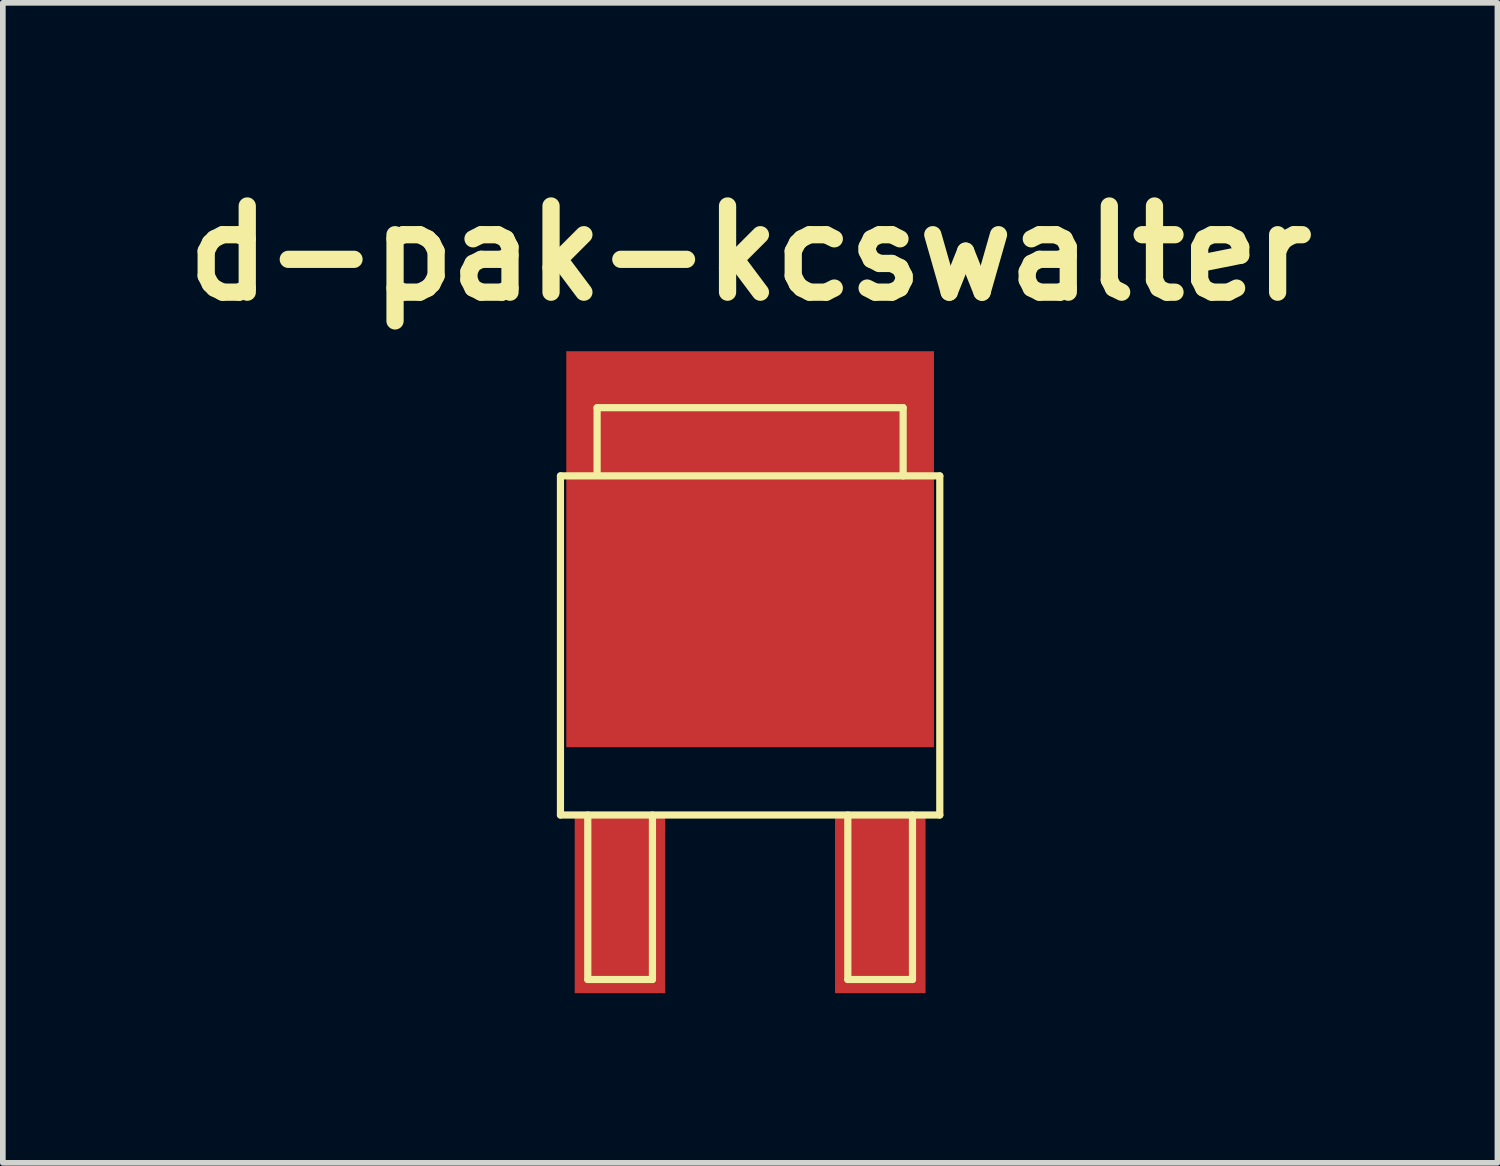
<source format=kicad_pcb>
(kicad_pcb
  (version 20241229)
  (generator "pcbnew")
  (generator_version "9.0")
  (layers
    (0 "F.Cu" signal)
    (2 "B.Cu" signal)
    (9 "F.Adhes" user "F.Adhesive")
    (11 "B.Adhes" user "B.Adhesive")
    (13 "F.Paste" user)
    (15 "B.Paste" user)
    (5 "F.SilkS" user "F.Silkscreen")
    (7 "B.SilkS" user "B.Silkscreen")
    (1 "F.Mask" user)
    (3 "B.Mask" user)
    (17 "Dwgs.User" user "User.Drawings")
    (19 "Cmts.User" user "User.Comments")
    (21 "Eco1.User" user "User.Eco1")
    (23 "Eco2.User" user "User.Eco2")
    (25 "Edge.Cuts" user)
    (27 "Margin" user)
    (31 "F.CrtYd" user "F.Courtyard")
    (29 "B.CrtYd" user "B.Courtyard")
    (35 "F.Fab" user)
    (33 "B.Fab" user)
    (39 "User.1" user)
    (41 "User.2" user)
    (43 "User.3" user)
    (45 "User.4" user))
  (footprint "d-pak-kcswalter"
    (layer "F.Cu")
    (at 10.211 9.783)
    (property "Reference" "d-pak-kcswalter" (at 0 -8.357 0) (layer "F.SilkS") (effects (font (size 1.524 1.524) (thickness 0.305))))
    (attr through_hole)
    (fp_line (start -3.353 -4.42) (end -3.353 1.575) (stroke (width 0.127) (type solid)) (layer "F.SilkS"))
    (fp_line (start -2.87 1.575) (end -2.87 4.483) (stroke (width 0.127) (type solid)) (layer "F.SilkS"))
    (fp_line (start -2.87 4.483) (end -1.727 4.483) (stroke (width 0.127) (type solid)) (layer "F.SilkS"))
    (fp_line (start -2.705 -5.626) (end 2.705 -5.626) (stroke (width 0.127) (type solid)) (layer "F.SilkS"))
    (fp_line (start -2.705 -4.432) (end -2.705 -5.626) (stroke (width 0.127) (type solid)) (layer "F.SilkS"))
    (fp_line (start -1.727 4.483) (end -1.727 1.575) (stroke (width 0.127) (type solid)) (layer "F.SilkS"))
    (fp_line (start 1.727 1.575) (end 1.727 4.483) (stroke (width 0.127) (type solid)) (layer "F.SilkS"))
    (fp_line (start 1.727 4.483) (end 2.87 4.483) (stroke (width 0.127) (type solid)) (layer "F.SilkS"))
    (fp_line (start 2.705 -5.626) (end 2.705 -4.42) (stroke (width 0.127) (type solid)) (layer "F.SilkS"))
    (fp_line (start 2.87 4.483) (end 2.87 1.575) (stroke (width 0.127) (type solid)) (layer "F.SilkS"))
    (fp_line (start 3.353 -4.42) (end -3.353 -4.42) (stroke (width 0.127) (type solid)) (layer "F.SilkS"))
    (fp_line (start 3.353 1.575) (end -3.353 1.575) (stroke (width 0.127) (type solid)) (layer "F.SilkS"))
    (fp_line (start 3.353 1.575) (end 3.353 -4.42) (stroke (width 0.127) (type solid)) (layer "F.SilkS"))
    (pad "1" smd rect (at -2.301 3.124) (size 1.6 3.2) (layers "F.Cu" "F.Mask" "F.Paste"))
    (pad "2" smd rect (at 0 -3.124) (size 6.5 7) (layers "F.Cu" "F.Mask" "F.Paste"))
    (pad "3" smd rect (at 2.301 3.124) (size 1.6 3.2) (layers "F.Cu" "F.Mask" "F.Paste")))
  (gr_rect
    (start -3 -3)
    (end 23.422 17.507)
    (stroke (width 0.1) (type default))
    (fill no)
    (layer "Edge.Cuts")))
</source>
